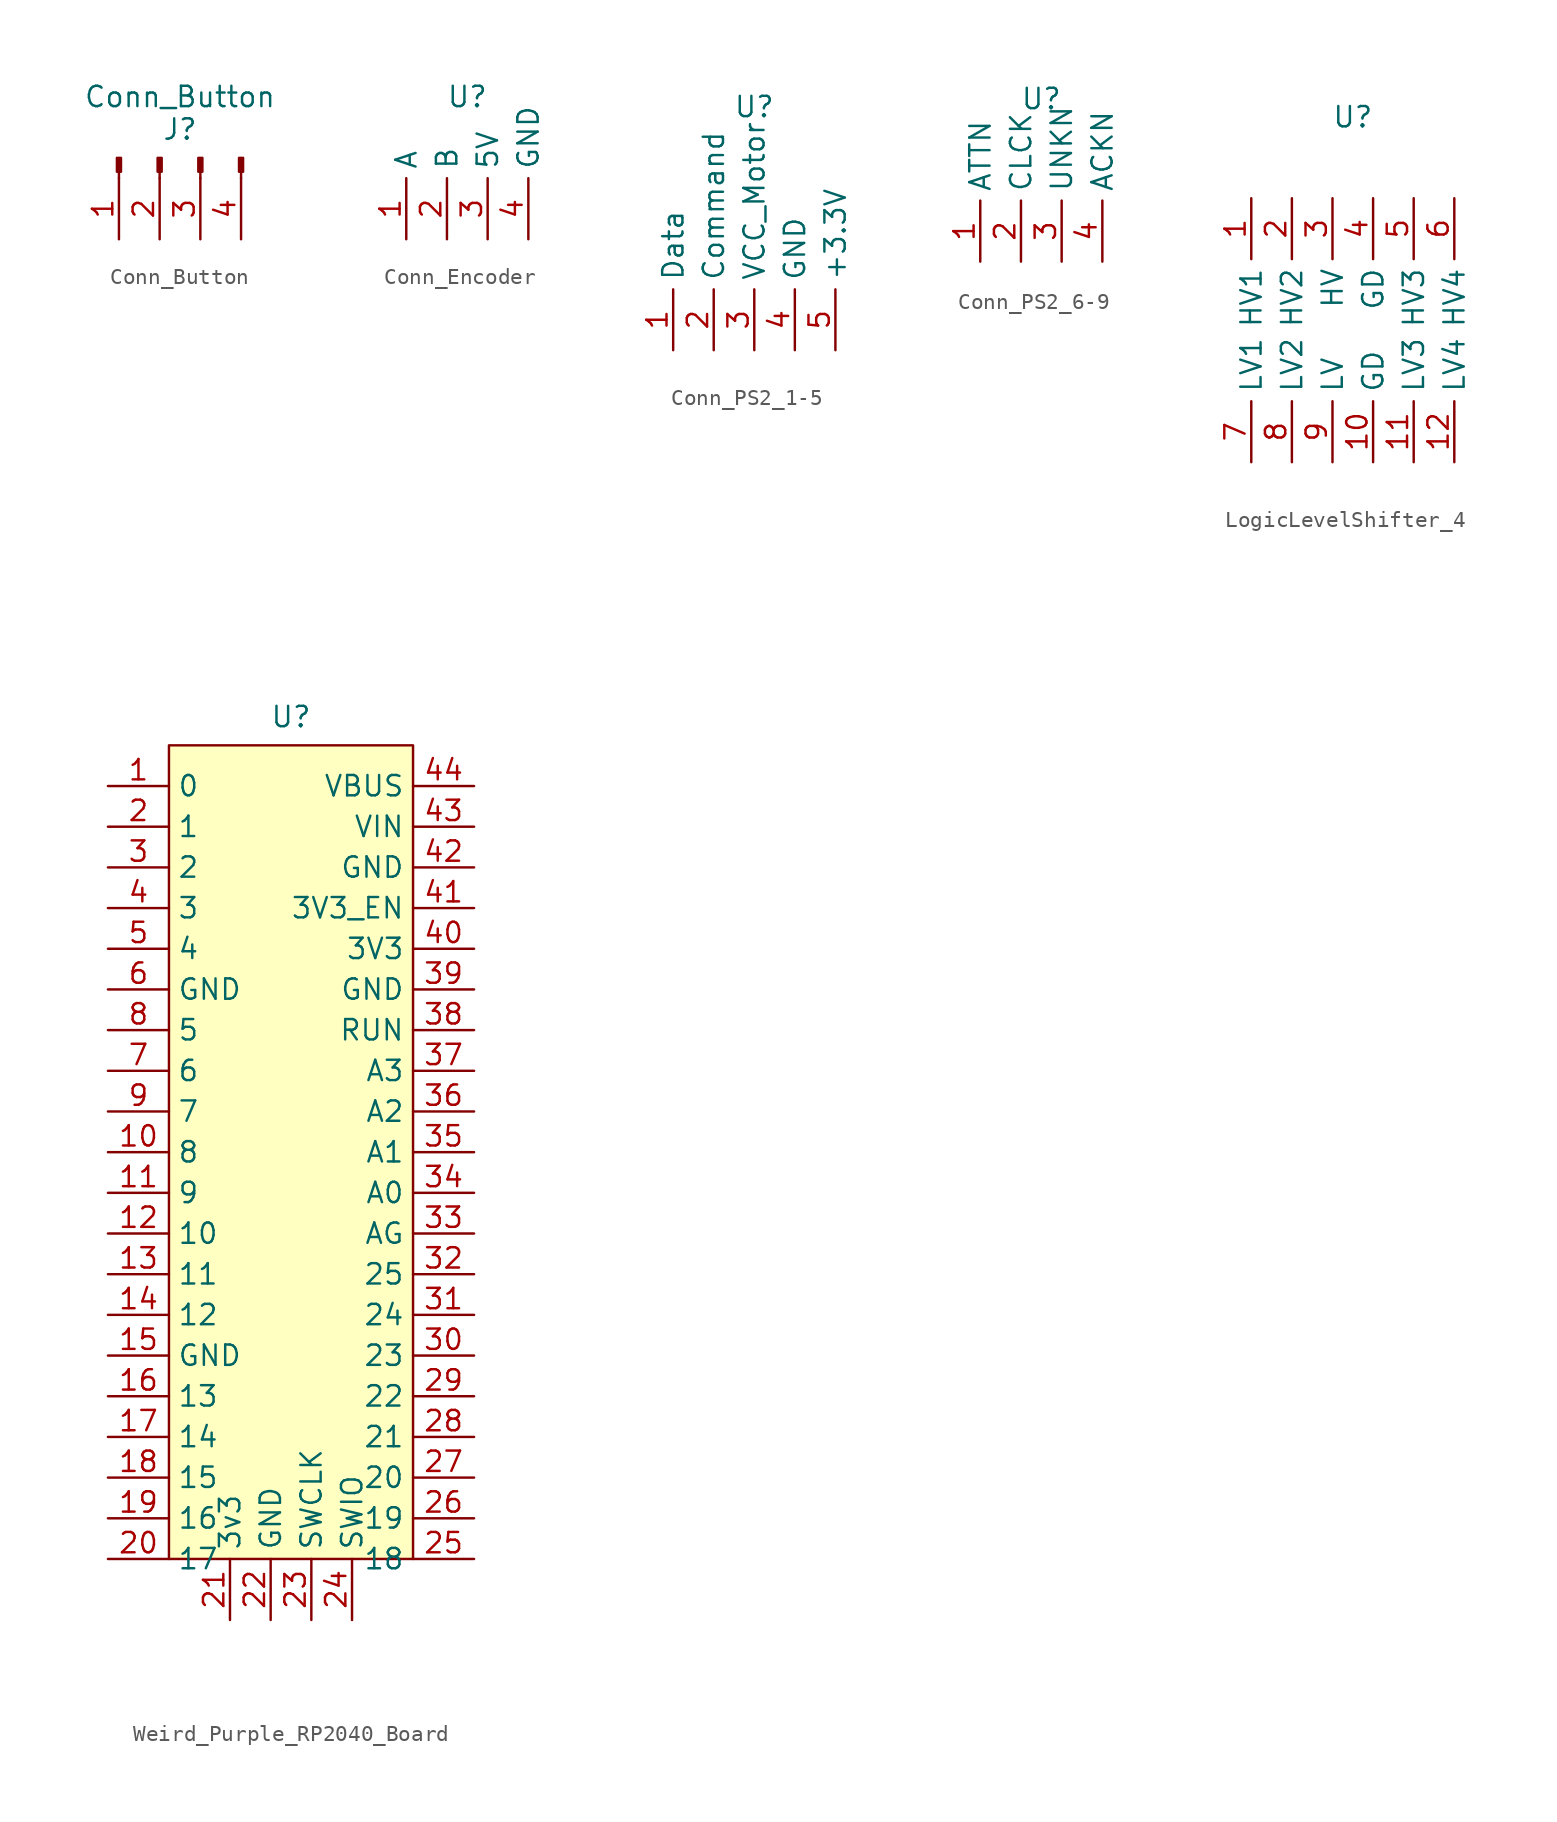
<source format=kicad_sym>
(kicad_symbol_lib
  (version 20231120)
  (generator "kicad_symbol_editor")
  (generator_version "8.0")
  (symbol "Conn_Button"
    (pin_names
      (offset 1.016) hide)
    (property "Reference" "J"
      (at 0 8.128 0)
      (effects (font (size 1.27 1.27))))
    (property "Value" "Conn_Button"
      (at 0 10.16 0)
      (effects (font (size 1.27 1.27))))
    (property "ki_locked" ""
      (at 0 0 0)
      (effects (font (size 1.27 1.27))))
    (symbol "Conn_Button_1_1"
      (rectangle (start -3.683 5.486) (end -3.937 6.35) (stroke (width 0.152) (type default)) (fill (type outline)))
      (rectangle (start -1.143 5.486) (end -1.397 6.35) (stroke (width 0.152) (type default)) (fill (type outline)))
      (polyline (pts (xy -3.81 5.08) (xy -3.81 5.486)) (stroke (width 0.152) (type default)) (fill (type none)))
      (polyline (pts (xy -1.27 5.08) (xy -1.27 5.486)) (stroke (width 0.152) (type default)) (fill (type none)))
      (polyline (pts (xy 1.27 5.08) (xy 1.27 5.486)) (stroke (width 0.152) (type default)) (fill (type none)))
      (polyline (pts (xy 3.81 5.08) (xy 3.81 5.486)) (stroke (width 0.152) (type default)) (fill (type none)))
      (rectangle (start 1.397 5.486) (end 1.143 6.35) (stroke (width 0.152) (type default)) (fill (type outline)))
      (rectangle (start 3.937 5.486) (end 3.683 6.35) (stroke (width 0.152) (type default)) (fill (type outline)))
      (pin passive line (at -3.81 1.27 90) (length 3.81) (name "DATA" (effects (font (size 1.27 1.27)))) (number "1" (effects (font (size 1.27 1.27)))))
      (pin passive line (at -1.27 1.27 90) (length 3.81) (name "0V" (effects (font (size 1.27 1.27)))) (number "2" (effects (font (size 1.27 1.27)))))
      (pin power_in line (at 1.27 1.27 90) (length 3.81) (name "+5V" (effects (font (size 1.27 1.27)))) (number "3" (effects (font (size 1.27 1.27)))))
      (pin power_in line (at 3.81 1.27 90) (length 3.81) (name "GND" (effects (font (size 1.27 1.27)))) (number "4" (effects (font (size 1.27 1.27)))))))
  (symbol "Conn_Encoder"
    (property "Reference" "U"
      (at 0 0 0)
      (effects (font (size 1.27 1.27))))
    (property "Value" ""
      (at 0 0 0)
      (effects (font (size 1.27 1.27))))
    (symbol "Conn_Encoder_1_1"
      (pin passive line (at -3.81 -8.89 90) (length 3.81) (name "A" (effects (font (size 1.27 1.27)))) (number "1" (effects (font (size 1.27 1.27)))))
      (pin passive line (at -1.27 -8.89 90) (length 3.81) (name "B" (effects (font (size 1.27 1.27)))) (number "2" (effects (font (size 1.27 1.27)))))
      (pin power_in line (at 1.27 -8.89 90) (length 3.81) (name "5V" (effects (font (size 1.27 1.27)))) (number "3" (effects (font (size 1.27 1.27)))))
      (pin power_in line (at 3.81 -8.89 90) (length 3.81) (name "GND" (effects (font (size 1.27 1.27)))) (number "4" (effects (font (size 1.27 1.27)))))))
  (symbol "Conn_PS2_1-5"
    (property "Reference" "U"
      (at 0 0 0)
      (effects (font (size 1.27 1.27))))
    (property "Value" ""
      (at 0 0 0)
      (effects (font (size 1.27 1.27))))
    (symbol "Conn_PS2_1-5_1_1"
      (pin passive line (at -5.08 -15.24 90) (length 3.81) (name "Data" (effects (font (size 1.27 1.27)))) (number "1" (effects (font (size 1.27 1.27)))))
      (pin passive line (at -2.54 -15.24 90) (length 3.81) (name "Command" (effects (font (size 1.27 1.27)))) (number "2" (effects (font (size 1.27 1.27)))))
      (pin power_out line (at 0 -15.24 90) (length 3.81) (name "VCC_Motor" (effects (font (size 1.27 1.27)))) (number "3" (effects (font (size 1.27 1.27)))))
      (pin power_in line (at 2.54 -15.24 90) (length 3.81) (name "GND" (effects (font (size 1.27 1.27)))) (number "4" (effects (font (size 1.27 1.27)))))
      (pin power_out line (at 5.08 -15.24 90) (length 3.81) (name "+3.3V" (effects (font (size 1.27 1.27)))) (number "5" (effects (font (size 1.27 1.27)))))))
  (symbol "Conn_PS2_6-9"
    (property "Reference" "U"
      (at 0 0 0)
      (effects (font (size 1.27 1.27))))
    (property "Value" ""
      (at 0 0 0)
      (effects (font (size 1.27 1.27))))
    (symbol "Conn_PS2_6-9_1_1"
      (pin passive line (at -3.81 -10.16 90) (length 3.81) (name "ATTN" (effects (font (size 1.27 1.27)))) (number "1" (effects (font (size 1.27 1.27)))))
      (pin passive line (at -1.27 -10.16 90) (length 3.81) (name "CLCK" (effects (font (size 1.27 1.27)))) (number "2" (effects (font (size 1.27 1.27)))))
      (pin passive line (at 1.27 -10.16 90) (length 3.81) (name "UNKN" (effects (font (size 1.27 1.27)))) (number "3" (effects (font (size 1.27 1.27)))))
      (pin passive line (at 3.81 -10.16 90) (length 3.81) (name "ACKN" (effects (font (size 1.27 1.27)))) (number "4" (effects (font (size 1.27 1.27)))))))
  (symbol "LogicLevelShifter_4"
    (property "Reference" "U"
      (at 0 0 0)
      (effects (font (size 1.27 1.27))))
    (property "Value" ""
      (at 0 0 0)
      (effects (font (size 1.27 1.27))))
    (symbol "LogicLevelShifter_4_1_1"
      (pin passive line (at -6.35 -5.08 270) (length 3.81) (name "HV1" (effects (font (size 1.27 1.27)))) (number "1" (effects (font (size 1.27 1.27)))))
      (pin passive line (at 1.27 -21.59 90) (length 3.81) (name "GD" (effects (font (size 1.27 1.27)))) (number "10" (effects (font (size 1.27 1.27)))))
      (pin passive line (at 3.81 -21.59 90) (length 3.81) (name "LV3" (effects (font (size 1.27 1.27)))) (number "11" (effects (font (size 1.27 1.27)))))
      (pin passive line (at 6.35 -21.59 90) (length 3.81) (name "LV4" (effects (font (size 1.27 1.27)))) (number "12" (effects (font (size 1.27 1.27)))))
      (pin passive line (at -3.81 -5.08 270) (length 3.81) (name "HV2" (effects (font (size 1.27 1.27)))) (number "2" (effects (font (size 1.27 1.27)))))
      (pin passive line (at -1.27 -5.08 270) (length 3.81) (name "HV" (effects (font (size 1.27 1.27)))) (number "3" (effects (font (size 1.27 1.27)))))
      (pin passive line (at 1.27 -5.08 270) (length 3.81) (name "GD" (effects (font (size 1.27 1.27)))) (number "4" (effects (font (size 1.27 1.27)))))
      (pin passive line (at 3.81 -5.08 270) (length 3.81) (name "HV3" (effects (font (size 1.27 1.27)))) (number "5" (effects (font (size 1.27 1.27)))))
      (pin passive line (at 6.35 -5.08 270) (length 3.81) (name "HV4" (effects (font (size 1.27 1.27)))) (number "6" (effects (font (size 1.27 1.27)))))
      (pin passive line (at -6.35 -21.59 90) (length 3.81) (name "LV1" (effects (font (size 1.27 1.27)))) (number "7" (effects (font (size 1.27 1.27)))))
      (pin passive line (at -3.81 -21.59 90) (length 3.81) (name "LV2" (effects (font (size 1.27 1.27)))) (number "8" (effects (font (size 1.27 1.27)))))
      (pin passive line (at -1.27 -21.59 90) (length 3.81) (name "LV" (effects (font (size 1.27 1.27)))) (number "9" (effects (font (size 1.27 1.27)))))))
  (symbol "Weird_Purple_RP2040_Board"
    (property "Reference" "U"
      (at 0 18.288 0)
      (effects (font (size 1.27 1.27))))
    (property "Value" ""
      (at 0 0 0)
      (effects (font (size 1.27 1.27))))
    (symbol "Weird_Purple_RP2040_Board_1_1"
      (rectangle (start -7.62 16.51) (end 7.62 -34.29) (stroke (width 0) (type default)) (fill (type background)))
      (pin passive line (at -11.43 13.97 0) (length 3.81) (name "0" (effects (font (size 1.27 1.27)))) (number "1" (effects (font (size 1.27 1.27)))))
      (pin passive line (at -11.43 -8.89 0) (length 3.81) (name "8" (effects (font (size 1.27 1.27)))) (number "10" (effects (font (size 1.27 1.27)))))
      (pin passive line (at -11.43 -11.43 0) (length 3.81) (name "9" (effects (font (size 1.27 1.27)))) (number "11" (effects (font (size 1.27 1.27)))))
      (pin passive line (at -11.43 -13.97 0) (length 3.81) (name "10" (effects (font (size 1.27 1.27)))) (number "12" (effects (font (size 1.27 1.27)))))
      (pin passive line (at -11.43 -16.51 0) (length 3.81) (name "11" (effects (font (size 1.27 1.27)))) (number "13" (effects (font (size 1.27 1.27)))))
      (pin passive line (at -11.43 -19.05 0) (length 3.81) (name "12" (effects (font (size 1.27 1.27)))) (number "14" (effects (font (size 1.27 1.27)))))
      (pin passive line (at -11.43 -21.59 0) (length 3.81) (name "GND" (effects (font (size 1.27 1.27)))) (number "15" (effects (font (size 1.27 1.27)))))
      (pin passive line (at -11.43 -24.13 0) (length 3.81) (name "13" (effects (font (size 1.27 1.27)))) (number "16" (effects (font (size 1.27 1.27)))))
      (pin passive line (at -11.43 -26.67 0) (length 3.81) (name "14" (effects (font (size 1.27 1.27)))) (number "17" (effects (font (size 1.27 1.27)))))
      (pin passive line (at -11.43 -29.21 0) (length 3.81) (name "15" (effects (font (size 1.27 1.27)))) (number "18" (effects (font (size 1.27 1.27)))))
      (pin passive line (at -11.43 -31.75 0) (length 3.81) (name "16" (effects (font (size 1.27 1.27)))) (number "19" (effects (font (size 1.27 1.27)))))
      (pin passive line (at -11.43 11.43 0) (length 3.81) (name "1" (effects (font (size 1.27 1.27)))) (number "2" (effects (font (size 1.27 1.27)))))
      (pin passive line (at -11.43 -34.29 0) (length 3.81) (name "17" (effects (font (size 1.27 1.27)))) (number "20" (effects (font (size 1.27 1.27)))))
      (pin passive line (at -3.81 -38.1 90) (length 3.81) (name "3v3" (effects (font (size 1.27 1.27)))) (number "21" (effects (font (size 1.27 1.27)))))
      (pin passive line (at -1.27 -38.1 90) (length 3.81) (name "GND" (effects (font (size 1.27 1.27)))) (number "22" (effects (font (size 1.27 1.27)))))
      (pin passive line (at 1.27 -38.1 90) (length 3.81) (name "SWCLK" (effects (font (size 1.27 1.27)))) (number "23" (effects (font (size 1.27 1.27)))))
      (pin passive line (at 3.81 -38.1 90) (length 3.81) (name "SWIO" (effects (font (size 1.27 1.27)))) (number "24" (effects (font (size 1.27 1.27)))))
      (pin passive line (at 11.43 -34.29 180) (length 3.81) (name "18" (effects (font (size 1.27 1.27)))) (number "25" (effects (font (size 1.27 1.27)))))
      (pin passive line (at 11.43 -31.75 180) (length 3.81) (name "19" (effects (font (size 1.27 1.27)))) (number "26" (effects (font (size 1.27 1.27)))))
      (pin passive line (at 11.43 -29.21 180) (length 3.81) (name "20" (effects (font (size 1.27 1.27)))) (number "27" (effects (font (size 1.27 1.27)))))
      (pin passive line (at 11.43 -26.67 180) (length 3.81) (name "21" (effects (font (size 1.27 1.27)))) (number "28" (effects (font (size 1.27 1.27)))))
      (pin passive line (at 11.43 -24.13 180) (length 3.81) (name "22" (effects (font (size 1.27 1.27)))) (number "29" (effects (font (size 1.27 1.27)))))
      (pin passive line (at -11.43 8.89 0) (length 3.81) (name "2" (effects (font (size 1.27 1.27)))) (number "3" (effects (font (size 1.27 1.27)))))
      (pin passive line (at 11.43 -21.59 180) (length 3.81) (name "23" (effects (font (size 1.27 1.27)))) (number "30" (effects (font (size 1.27 1.27)))))
      (pin passive line (at 11.43 -19.05 180) (length 3.81) (name "24" (effects (font (size 1.27 1.27)))) (number "31" (effects (font (size 1.27 1.27)))))
      (pin passive line (at 11.43 -16.51 180) (length 3.81) (name "25" (effects (font (size 1.27 1.27)))) (number "32" (effects (font (size 1.27 1.27)))))
      (pin passive line (at 11.43 -13.97 180) (length 3.81) (name "AG" (effects (font (size 1.27 1.27)))) (number "33" (effects (font (size 1.27 1.27)))))
      (pin passive line (at 11.43 -11.43 180) (length 3.81) (name "A0" (effects (font (size 1.27 1.27)))) (number "34" (effects (font (size 1.27 1.27)))))
      (pin passive line (at 11.43 -8.89 180) (length 3.81) (name "A1" (effects (font (size 1.27 1.27)))) (number "35" (effects (font (size 1.27 1.27)))))
      (pin passive line (at 11.43 -6.35 180) (length 3.81) (name "A2" (effects (font (size 1.27 1.27)))) (number "36" (effects (font (size 1.27 1.27)))))
      (pin passive line (at 11.43 -3.81 180) (length 3.81) (name "A3" (effects (font (size 1.27 1.27)))) (number "37" (effects (font (size 1.27 1.27)))))
      (pin passive line (at 11.43 -1.27 180) (length 3.81) (name "RUN" (effects (font (size 1.27 1.27)))) (number "38" (effects (font (size 1.27 1.27)))))
      (pin passive line (at 11.43 1.27 180) (length 3.81) (name "GND" (effects (font (size 1.27 1.27)))) (number "39" (effects (font (size 1.27 1.27)))))
      (pin passive line (at -11.43 6.35 0) (length 3.81) (name "3" (effects (font (size 1.27 1.27)))) (number "4" (effects (font (size 1.27 1.27)))))
      (pin passive line (at 11.43 3.81 180) (length 3.81) (name "3V3" (effects (font (size 1.27 1.27)))) (number "40" (effects (font (size 1.27 1.27)))))
      (pin passive line (at 11.43 6.35 180) (length 3.81) (name "3V3_EN" (effects (font (size 1.27 1.27)))) (number "41" (effects (font (size 1.27 1.27)))))
      (pin passive line (at 11.43 8.89 180) (length 3.81) (name "GND" (effects (font (size 1.27 1.27)))) (number "42" (effects (font (size 1.27 1.27)))))
      (pin passive line (at 11.43 11.43 180) (length 3.81) (name "VIN" (effects (font (size 1.27 1.27)))) (number "43" (effects (font (size 1.27 1.27)))))
      (pin passive line (at 11.43 13.97 180) (length 3.81) (name "VBUS" (effects (font (size 1.27 1.27)))) (number "44" (effects (font (size 1.27 1.27)))))
      (pin passive line (at -11.43 3.81 0) (length 3.81) (name "4" (effects (font (size 1.27 1.27)))) (number "5" (effects (font (size 1.27 1.27)))))
      (pin passive line (at -11.43 1.27 0) (length 3.81) (name "GND" (effects (font (size 1.27 1.27)))) (number "6" (effects (font (size 1.27 1.27)))))
      (pin passive line (at -11.43 -3.81 0) (length 3.81) (name "6" (effects (font (size 1.27 1.27)))) (number "7" (effects (font (size 1.27 1.27)))))
      (pin passive line (at -11.43 -1.27 0) (length 3.81) (name "5" (effects (font (size 1.27 1.27)))) (number "8" (effects (font (size 1.27 1.27)))))
      (pin passive line (at -11.43 -6.35 0) (length 3.81) (name "7" (effects (font (size 1.27 1.27)))) (number "9" (effects (font (size 1.27 1.27))))))))
</source>
